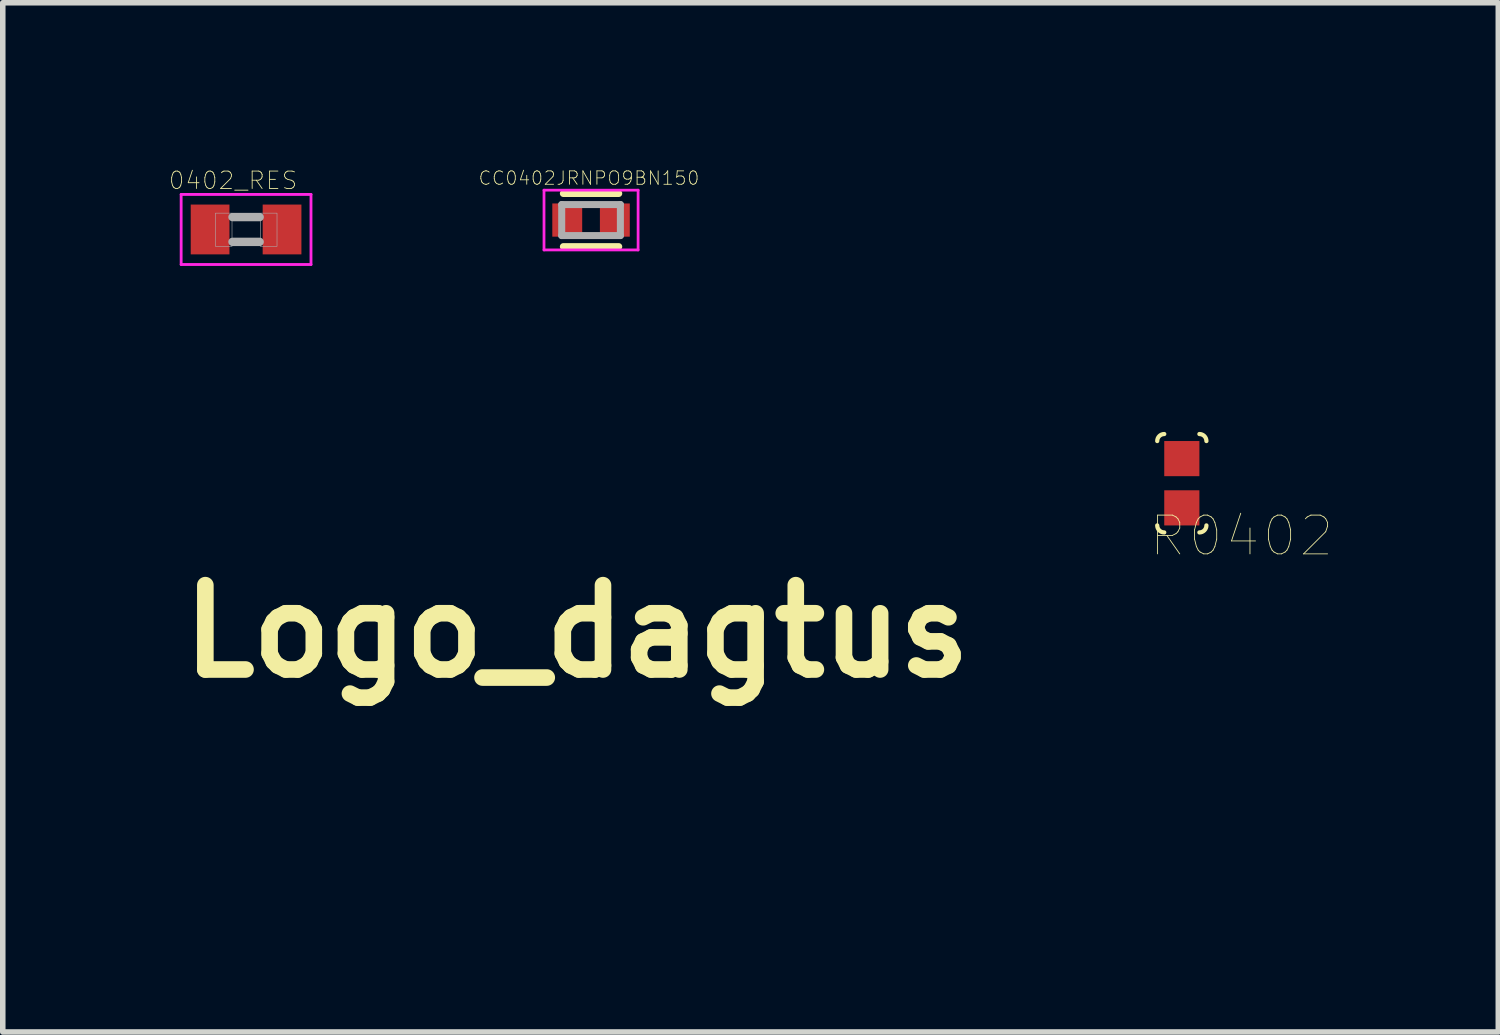
<source format=kicad_pcb>
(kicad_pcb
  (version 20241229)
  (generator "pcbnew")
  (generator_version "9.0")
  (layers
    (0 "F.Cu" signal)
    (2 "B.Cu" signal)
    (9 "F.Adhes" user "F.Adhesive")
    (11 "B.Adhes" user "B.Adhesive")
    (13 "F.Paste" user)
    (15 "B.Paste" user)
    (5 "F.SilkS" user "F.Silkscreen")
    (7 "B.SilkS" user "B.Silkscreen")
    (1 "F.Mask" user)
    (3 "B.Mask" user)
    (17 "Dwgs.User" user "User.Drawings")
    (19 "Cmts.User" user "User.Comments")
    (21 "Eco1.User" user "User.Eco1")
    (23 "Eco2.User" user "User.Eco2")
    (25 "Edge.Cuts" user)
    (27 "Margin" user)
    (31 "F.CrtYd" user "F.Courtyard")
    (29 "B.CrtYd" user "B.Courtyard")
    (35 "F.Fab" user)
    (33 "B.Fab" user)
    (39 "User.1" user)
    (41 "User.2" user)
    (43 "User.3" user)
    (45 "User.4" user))
  (footprint "R0402"
    (layer "F.Cu")
    (at 18.303 5.681)
    (property "Reference" "R0402" (at 1.081 0.953 180) (layer "F.SilkS") (effects (font (size 0.701 0.701) (thickness 0.015))))
    (attr through_hole)
    (fp_arc (start -0.4445 -0.762) (mid -0.407303 -0.851803) (end -0.3175 -0.889) (stroke (width 0.0762) (type solid)) (layer "F.SilkS"))
    (fp_arc (start -0.3175 0.889) (mid -0.407303 0.851803) (end -0.4445 0.762) (stroke (width 0.0762) (type solid)) (layer "F.SilkS"))
    (fp_arc (start 0.3175 -0.889) (mid 0.407303 -0.851803) (end 0.4445 -0.762) (stroke (width 0.0762) (type solid)) (layer "F.SilkS"))
    (fp_arc (start 0.4445 0.762) (mid 0.407303 0.851803) (end 0.3175 0.889) (stroke (width 0.0762) (type solid)) (layer "F.SilkS"))
    (pad "1" smd rect (at 0 -0.445) (size 0.635 0.635) (layers "F.Cu" "F.Mask" "F.Paste"))
    (pad "2" smd rect (at 0 0.445) (size 0.635 0.635) (layers "F.Cu" "F.Mask" "F.Paste")))
  (footprint "Logo_dagtus"
    (layer "F.Cu")
    (at 7.373 8.357)
    (property "Reference" "Logo_dagtus" (at 0 0 0) (layer "F.SilkS") (effects (font (size 1.524 1.524) (thickness 0.3))))
    (attr through_hole)
    (fp_poly (pts (xy -2.752 2.117) (xy -0.847 2.117) (xy -0.847 4.233) (xy -4.445 4.233) (xy -4.445 0) (xy -2.752 0) (xy -2.752 2.117)) (stroke (width 0.01) (type solid)) (fill no) (layer "Eco2.User"))
    (fp_poly (pts (xy 4.445 4.233) (xy 0.847 4.233) (xy 0.847 0) (xy 2.963 0) (xy 2.963 -3.598) (xy 4.445 -3.598) (xy 4.445 4.233)) (stroke (width 0.01) (type solid)) (fill no) (layer "Eco2.User"))
    (fp_poly (pts (xy 0.234 -1.634) (xy 0.323 -1.416) (xy 0.38 -0.978) (xy 0.411 -0.259) (xy 0.423 0.8) (xy 0.423 1.27) (xy 0.417 2.465) (xy 0.394 3.298) (xy 0.347 3.828) (xy 0.27 4.118) (xy 0.156 4.227) (xy 0.106 4.233) (xy -0.022 4.174) (xy -0.111 3.956) (xy -0.168 3.518) (xy -0.199 2.799) (xy -0.211 1.74) (xy -0.212 1.27) (xy -0.205 0.075) (xy -0.182 -0.758) (xy -0.135 -1.288) (xy -0.058 -1.578) (xy 0.056 -1.687) (xy 0.106 -1.693) (xy 0.234 -1.634)) (stroke (width 0.01) (type solid)) (fill no) (layer "Eco2.User"))
    (fp_poly (pts (xy 0.665 -3.461) (xy 1.075 -3.027) (xy 1.256 -2.263) (xy 1.27 -1.89) (xy 1.305 -1.23) (xy 1.426 -0.91) (xy 1.587 -0.847) (xy 1.868 -1.016) (xy 1.905 -1.164) (xy 2.019 -1.446) (xy 2.117 -1.482) (xy 2.276 -1.301) (xy 2.328 -0.953) (xy 2.26 -0.574) (xy 1.969 -0.436) (xy 1.693 -0.423) (xy 1.311 -0.448) (xy 1.125 -0.598) (xy 1.064 -0.983) (xy 1.058 -1.435) (xy 0.955 -2.303) (xy 0.682 -2.945) (xy 0.292 -3.316) (xy -0.158 -3.37) (xy -0.615 -3.061) (xy -0.729 -2.916) (xy -0.9 -2.531) (xy -1.005 -1.917) (xy -1.053 -0.998) (xy -1.058 -0.376) (xy -1.062 0.572) (xy -1.085 1.174) (xy -1.149 1.51) (xy -1.273 1.656) (xy -1.477 1.692) (xy -1.587 1.693) (xy -1.934 1.646) (xy -2.075 1.424) (xy -2.088 0.904) (xy -2.088 0.9) (xy -2.053 0.484) (xy -1.996 0.465) (xy -1.967 0.582) (xy -1.781 0.954) (xy -1.573 1.058) (xy -1.427 0.975) (xy -1.334 0.678) (xy -1.286 0.101) (xy -1.27 -0.824) (xy -1.27 -0.937) (xy -1.24 -2.059) (xy -1.132 -2.823) (xy -0.914 -3.292) (xy -0.556 -3.53) (xy -0.03 -3.598) (xy 0 -3.598) (xy 0.665 -3.461)) (stroke (width 0.01) (type solid)) (fill no) (layer "Eco2.User")))
  (footprint "0402_RES"
    (layer "F.Cu")
    (at 1.396 1.096)
    (property "Reference" "0402_RES" (at -0.235 -0.885 0) (layer "F.SilkS") (effects (font (size 0.315 0.315) (thickness 0.015))))
    (attr through_hole)
    (fp_line (start -1.173 -0.633) (end 1.173 -0.633) (stroke (width 0.051) (type solid)) (layer "F.CrtYd"))
    (fp_line (start -1.173 0.633) (end -1.173 -0.633) (stroke (width 0.051) (type solid)) (layer "F.CrtYd"))
    (fp_line (start 1.173 -0.633) (end 1.173 0.633) (stroke (width 0.051) (type solid)) (layer "F.CrtYd"))
    (fp_line (start 1.173 0.633) (end -1.173 0.633) (stroke (width 0.051) (type solid)) (layer "F.CrtYd"))
    (fp_line (start -0.245 -0.224) (end 0.245 -0.224) (stroke (width 0.152) (type solid)) (layer "F.Fab"))
    (fp_line (start 0.245 0.224) (end -0.245 0.224) (stroke (width 0.152) (type solid)) (layer "F.Fab"))
    (fp_poly (pts (xy -0.554 -0.295) (xy -0.254 -0.295) (xy -0.254 0.305) (xy -0.554 0.305)) (stroke (width 0.01) (type solid)) (fill no) (layer "F.Fab"))
    (fp_poly (pts (xy 0.259 -0.295) (xy 0.559 -0.295) (xy 0.559 0.305) (xy 0.259 0.305)) (stroke (width 0.01) (type solid)) (fill no) (layer "F.Fab"))
    (pad "1" smd rect (at -0.65 0) (size 0.7 0.9) (layers "F.Cu" "F.Mask" "F.Paste"))
    (pad "2" smd rect (at 0.65 0) (size 0.7 0.9) (layers "F.Cu" "F.Mask" "F.Paste")))
  (footprint "CC0402JRNPO9BN150"
    (layer "F.Cu")
    (at 7.629 0.926)
    (property "Reference" "CC0402JRNPO9BN150" (at -0.038 -0.758 0) (layer "F.SilkS") (effects (font (size 0.242 0.242) (thickness 0.015))))
    (attr through_hole)
    (fp_line (start -0.5 0.48) (end 0.5 0.48) (stroke (width 0.127) (type solid)) (layer "F.SilkS"))
    (fp_line (start 0.5 -0.48) (end -0.5 -0.48) (stroke (width 0.127) (type solid)) (layer "F.SilkS"))
    (fp_line (start -0.85 -0.54) (end -0.85 0.54) (stroke (width 0.05) (type solid)) (layer "F.CrtYd"))
    (fp_line (start -0.85 0.54) (end 0.85 0.54) (stroke (width 0.05) (type solid)) (layer "F.CrtYd"))
    (fp_line (start 0.85 -0.54) (end -0.85 -0.54) (stroke (width 0.05) (type solid)) (layer "F.CrtYd"))
    (fp_line (start 0.85 0.54) (end 0.85 -0.54) (stroke (width 0.05) (type solid)) (layer "F.CrtYd"))
    (fp_line (start -0.53 -0.28) (end -0.53 0.28) (stroke (width 0.127) (type solid)) (layer "F.Fab"))
    (fp_line (start -0.53 0.28) (end 0.53 0.28) (stroke (width 0.127) (type solid)) (layer "F.Fab"))
    (fp_line (start 0.53 -0.28) (end -0.53 -0.28) (stroke (width 0.127) (type solid)) (layer "F.Fab"))
    (fp_line (start 0.53 0.28) (end 0.53 -0.28) (stroke (width 0.127) (type solid)) (layer "F.Fab"))
    (pad "1" smd rect (at -0.43 0) (size 0.54 0.6) (layers "F.Cu" "F.Mask" "F.Paste"))
    (pad "2" smd rect (at 0.43 0) (size 0.54 0.6) (layers "F.Cu" "F.Mask" "F.Paste")))
  (gr_rect
    (start -3 -3)
    (end 24.021 15.596)
    (stroke (width 0.1) (type default))
    (fill no)
    (layer "Edge.Cuts")))
</source>
